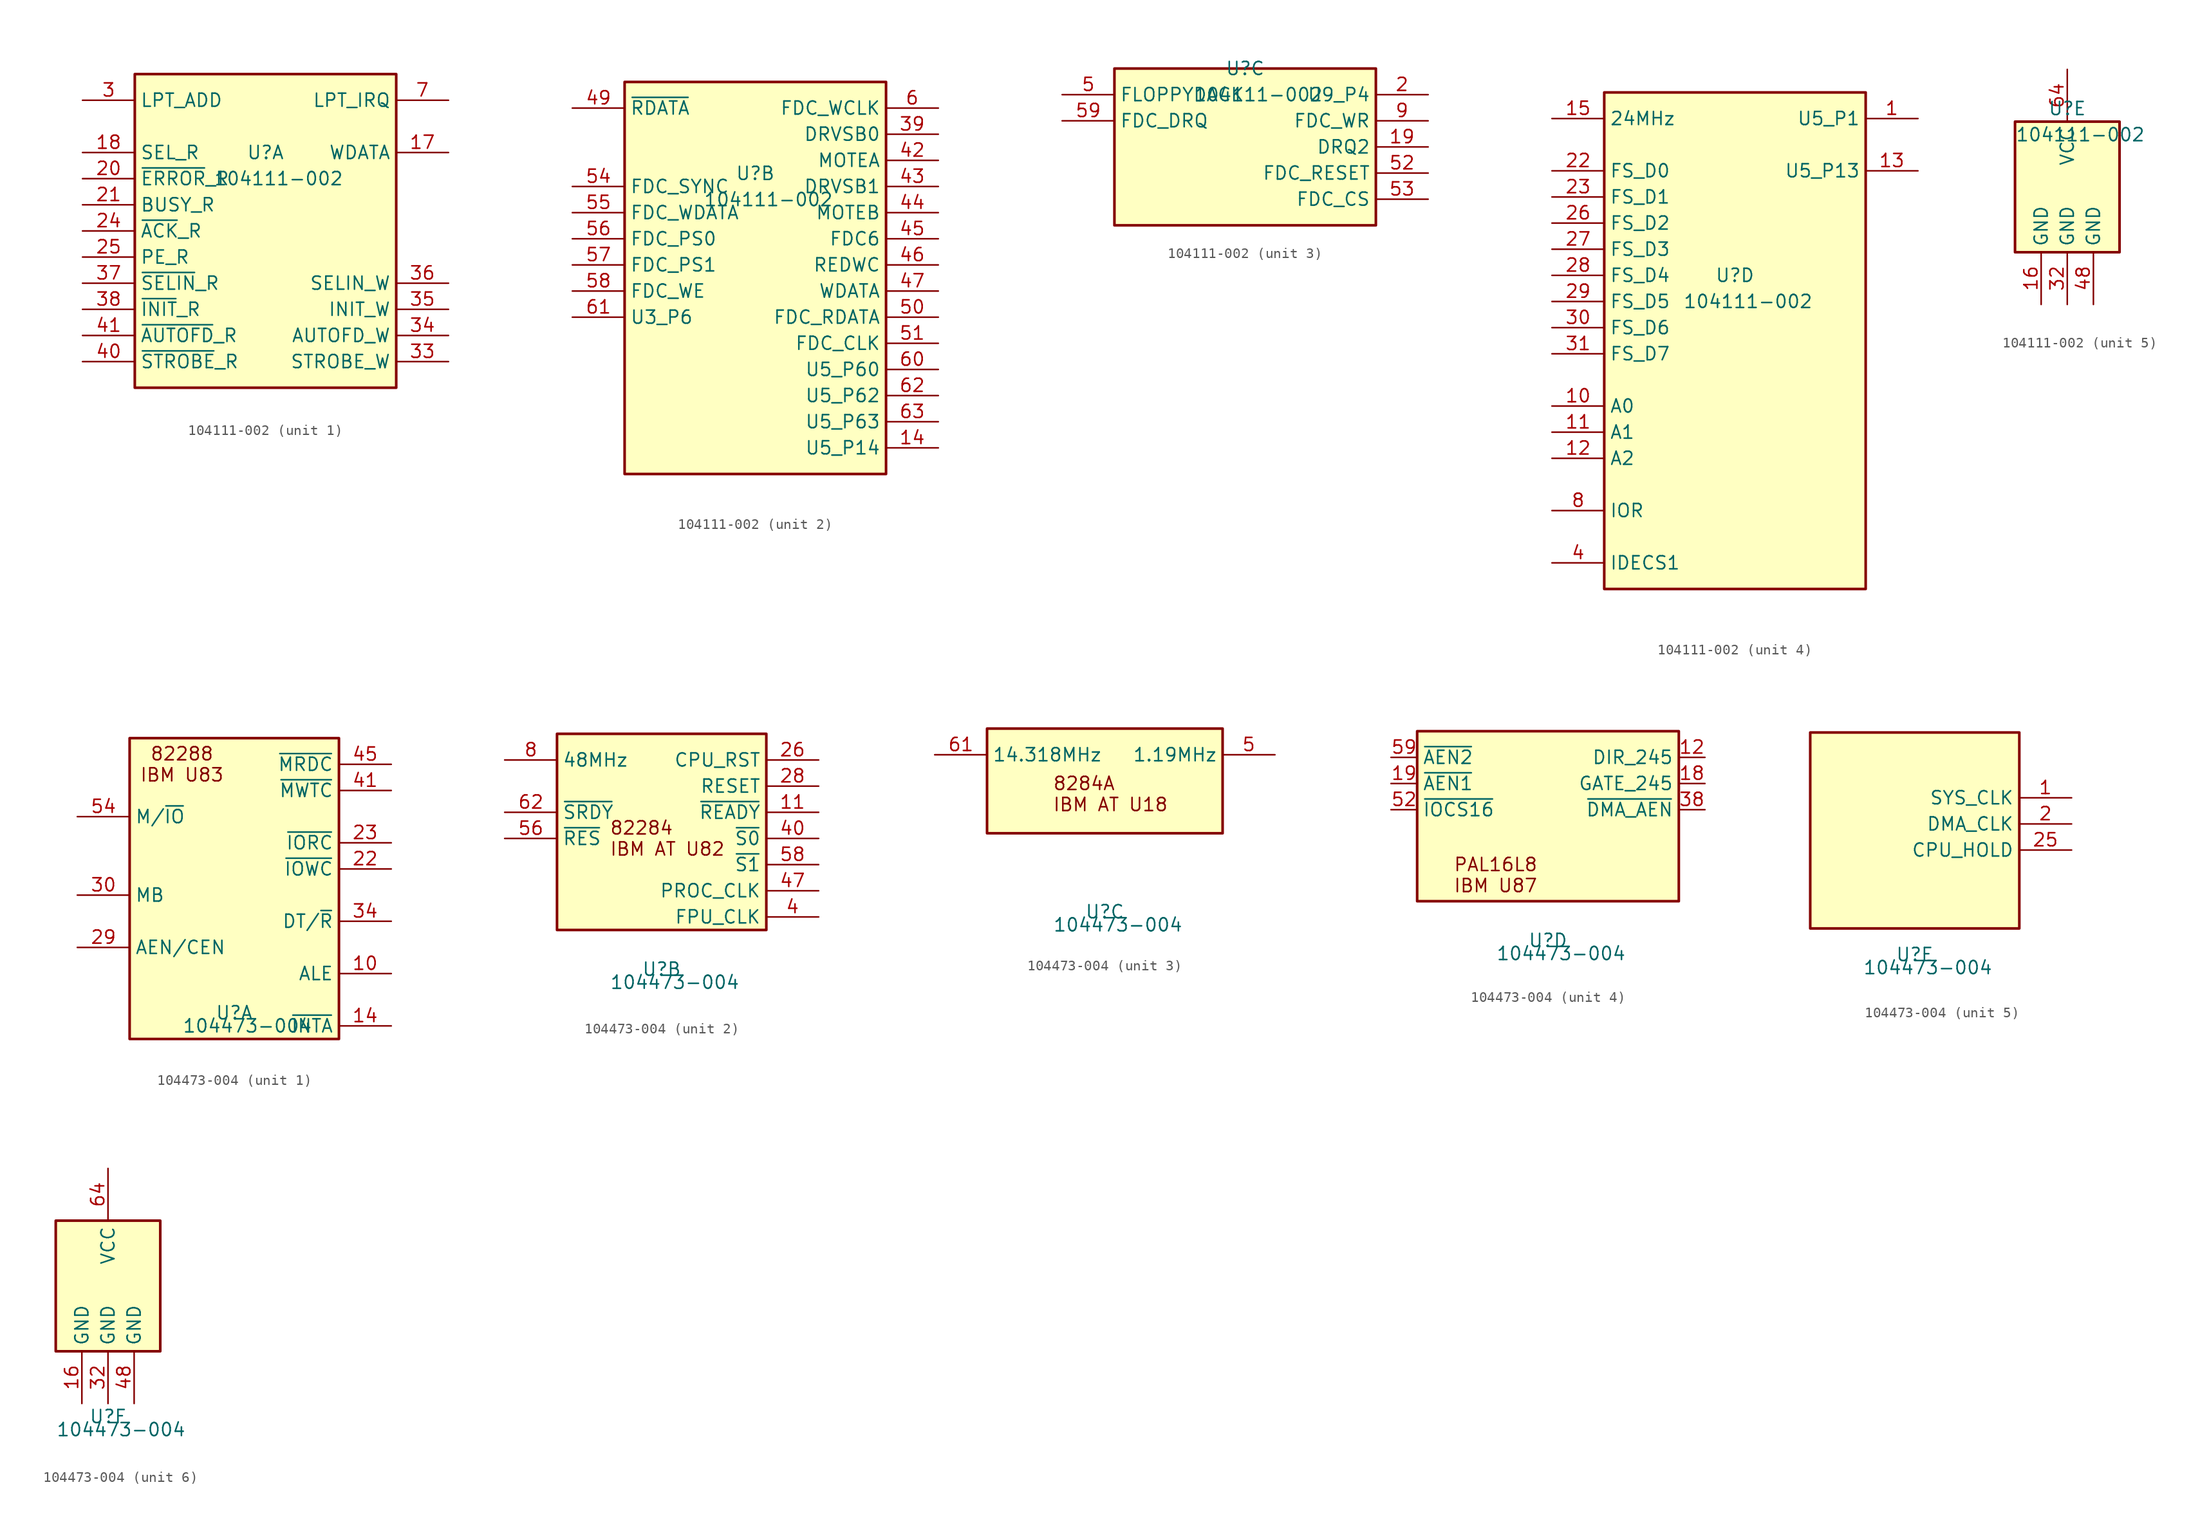
<source format=kicad_sym>
(kicad_symbol_lib
  (version 20231120)
  (generator "kicad_symbol_editor")
  (generator_version "8.0")
  (symbol "104111-002"
    (property "Reference" "U"
      (at 0 7.62 0)
      (effects (font (size 1.27 1.27))))
    (property "Value" "104111-002"
      (at 1.27 5.08 0)
      (effects (font (size 1.27 1.27))))
    (property "ki_locked" ""
      (at 0 0 0)
      (effects (font (size 1.27 1.27))))
    (symbol "104111-002_1_0"
      (pin output line (at 17.78 7.62 180) (length 5.08) (name "WDATA" (effects (font (size 1.27 1.27)))) (number "17" (effects (font (size 1.27 1.27)))))
      (pin input line (at -17.78 7.62 0) (length 5.08) (name "SEL_R" (effects (font (size 1.27 1.27)))) (number "18" (effects (font (size 1.27 1.27)))))
      (pin input line (at -17.78 5.08 0) (length 5.08) (name "~{ERROR}_R" (effects (font (size 1.27 1.27)))) (number "20" (effects (font (size 1.27 1.27)))))
      (pin input line (at -17.78 2.54 0) (length 5.08) (name "BUSY_R" (effects (font (size 1.27 1.27)))) (number "21" (effects (font (size 1.27 1.27)))))
      (pin input line (at -17.78 0 0) (length 5.08) (name "~{ACK}_R" (effects (font (size 1.27 1.27)))) (number "24" (effects (font (size 1.27 1.27)))))
      (pin input line (at -17.78 -2.54 0) (length 5.08) (name "PE_R" (effects (font (size 1.27 1.27)))) (number "25" (effects (font (size 1.27 1.27)))))
      (pin input line (at -17.78 12.7 0) (length 5.08) (name "LPT_ADD" (effects (font (size 1.27 1.27)))) (number "3" (effects (font (size 1.27 1.27)))))
      (pin output line (at 17.78 -12.7 180) (length 5.08) (name "STROBE_W" (effects (font (size 1.27 1.27)))) (number "33" (effects (font (size 1.27 1.27)))))
      (pin output line (at 17.78 -10.16 180) (length 5.08) (name "AUTOFD_W" (effects (font (size 1.27 1.27)))) (number "34" (effects (font (size 1.27 1.27)))))
      (pin output line (at 17.78 -7.62 180) (length 5.08) (name "INIT_W" (effects (font (size 1.27 1.27)))) (number "35" (effects (font (size 1.27 1.27)))))
      (pin output line (at 17.78 -5.08 180) (length 5.08) (name "SELIN_W" (effects (font (size 1.27 1.27)))) (number "36" (effects (font (size 1.27 1.27)))))
      (pin input line (at -17.78 -5.08 0) (length 5.08) (name "~{SELIN}_R" (effects (font (size 1.27 1.27)))) (number "37" (effects (font (size 1.27 1.27)))))
      (pin input line (at -17.78 -7.62 0) (length 5.08) (name "~{INIT}_R" (effects (font (size 1.27 1.27)))) (number "38" (effects (font (size 1.27 1.27)))))
      (pin input line (at -17.78 -12.7 0) (length 5.08) (name "~{STROBE}_R" (effects (font (size 1.27 1.27)))) (number "40" (effects (font (size 1.27 1.27)))))
      (pin input line (at -17.78 -10.16 0) (length 5.08) (name "~{AUTOFD}_R" (effects (font (size 1.27 1.27)))) (number "41" (effects (font (size 1.27 1.27)))))
      (pin output line (at 17.78 12.7 180) (length 5.08) (name "LPT_IRQ" (effects (font (size 1.27 1.27)))) (number "7" (effects (font (size 1.27 1.27))))))
    (symbol "104111-002_1_1"
      (rectangle (start -12.7 15.24) (end 12.7 -15.24) (stroke (width 0.254) (type default)) (fill (type background))))
    (symbol "104111-002_2_0"
      (pin output line (at 17.78 -19.05 180) (length 5.08) (name "U5_P14" (effects (font (size 1.27 1.27)))) (number "14" (effects (font (size 1.27 1.27)))))
      (pin output line (at 17.78 11.43 180) (length 5.08) (name "DRVSB0" (effects (font (size 1.27 1.27)))) (number "39" (effects (font (size 1.27 1.27)))))
      (pin output line (at 17.78 8.89 180) (length 5.08) (name "MOTEA" (effects (font (size 1.27 1.27)))) (number "42" (effects (font (size 1.27 1.27)))))
      (pin output line (at 17.78 6.35 180) (length 5.08) (name "DRVSB1" (effects (font (size 1.27 1.27)))) (number "43" (effects (font (size 1.27 1.27)))))
      (pin output line (at 17.78 3.81 180) (length 5.08) (name "MOTEB" (effects (font (size 1.27 1.27)))) (number "44" (effects (font (size 1.27 1.27)))))
      (pin output line (at 17.78 1.27 180) (length 5.08) (name "FDC6" (effects (font (size 1.27 1.27)))) (number "45" (effects (font (size 1.27 1.27)))))
      (pin output line (at 17.78 -1.27 180) (length 5.08) (name "REDWC" (effects (font (size 1.27 1.27)))) (number "46" (effects (font (size 1.27 1.27)))))
      (pin output line (at 17.78 -3.81 180) (length 5.08) (name "WDATA" (effects (font (size 1.27 1.27)))) (number "47" (effects (font (size 1.27 1.27)))))
      (pin input line (at -17.78 13.97 0) (length 5.08) (name "~{RDATA}" (effects (font (size 1.27 1.27)))) (number "49" (effects (font (size 1.27 1.27)))))
      (pin output line (at 17.78 -6.35 180) (length 5.08) (name "FDC_RDATA" (effects (font (size 1.27 1.27)))) (number "50" (effects (font (size 1.27 1.27)))))
      (pin output line (at 17.78 -8.89 180) (length 5.08) (name "FDC_CLK" (effects (font (size 1.27 1.27)))) (number "51" (effects (font (size 1.27 1.27)))))
      (pin input line (at -17.78 6.35 0) (length 5.08) (name "FDC_SYNC" (effects (font (size 1.27 1.27)))) (number "54" (effects (font (size 1.27 1.27)))))
      (pin input line (at -17.78 3.81 0) (length 5.08) (name "FDC_WDATA" (effects (font (size 1.27 1.27)))) (number "55" (effects (font (size 1.27 1.27)))))
      (pin input line (at -17.78 1.27 0) (length 5.08) (name "FDC_PS0" (effects (font (size 1.27 1.27)))) (number "56" (effects (font (size 1.27 1.27)))))
      (pin input line (at -17.78 -1.27 0) (length 5.08) (name "FDC_PS1" (effects (font (size 1.27 1.27)))) (number "57" (effects (font (size 1.27 1.27)))))
      (pin input line (at -17.78 -3.81 0) (length 5.08) (name "FDC_WE" (effects (font (size 1.27 1.27)))) (number "58" (effects (font (size 1.27 1.27)))))
      (pin output line (at 17.78 13.97 180) (length 5.08) (name "FDC_WCLK" (effects (font (size 1.27 1.27)))) (number "6" (effects (font (size 1.27 1.27)))))
      (pin output line (at 17.78 -11.43 180) (length 5.08) (name "U5_P60" (effects (font (size 1.27 1.27)))) (number "60" (effects (font (size 1.27 1.27)))))
      (pin input line (at -17.78 -6.35 0) (length 5.08) (name "U3_P6" (effects (font (size 1.27 1.27)))) (number "61" (effects (font (size 1.27 1.27)))))
      (pin output line (at 17.78 -13.97 180) (length 5.08) (name "U5_P62" (effects (font (size 1.27 1.27)))) (number "62" (effects (font (size 1.27 1.27)))))
      (pin output line (at 17.78 -16.51 180) (length 5.08) (name "U5_P63" (effects (font (size 1.27 1.27)))) (number "63" (effects (font (size 1.27 1.27))))))
    (symbol "104111-002_2_1"
      (rectangle (start -12.7 16.51) (end 12.7 -21.59) (stroke (width 0.254) (type default)) (fill (type background))))
    (symbol "104111-002_3_0"
      (pin output line (at 17.78 0 180) (length 5.08) (name "DRQ2" (effects (font (size 1.27 1.27)))) (number "19" (effects (font (size 1.27 1.27)))))
      (pin output line (at 17.78 5.08 180) (length 5.08) (name "U9_P4" (effects (font (size 1.27 1.27)))) (number "2" (effects (font (size 1.27 1.27)))))
      (pin input line (at -17.78 5.08 0) (length 5.08) (name "FLOPPYDACK" (effects (font (size 1.27 1.27)))) (number "5" (effects (font (size 1.27 1.27)))))
      (pin output line (at 17.78 -2.54 180) (length 5.08) (name "FDC_RESET" (effects (font (size 1.27 1.27)))) (number "52" (effects (font (size 1.27 1.27)))))
      (pin output line (at 17.78 -5.08 180) (length 5.08) (name "FDC_CS" (effects (font (size 1.27 1.27)))) (number "53" (effects (font (size 1.27 1.27)))))
      (pin input line (at -17.78 2.54 0) (length 5.08) (name "FDC_DRQ" (effects (font (size 1.27 1.27)))) (number "59" (effects (font (size 1.27 1.27)))))
      (pin output line (at 17.78 2.54 180) (length 5.08) (name "FDC_WR" (effects (font (size 1.27 1.27)))) (number "9" (effects (font (size 1.27 1.27))))))
    (symbol "104111-002_3_1"
      (rectangle (start -12.7 7.62) (end 12.7 -7.62) (stroke (width 0.254) (type default)) (fill (type background))))
    (symbol "104111-002_4_0"
      (pin output line (at 17.78 22.86 180) (length 5.08) (name "U5_P1" (effects (font (size 1.27 1.27)))) (number "1" (effects (font (size 1.27 1.27)))))
      (pin input line (at -17.78 -5.08 0) (length 5.08) (name "A0" (effects (font (size 1.27 1.27)))) (number "10" (effects (font (size 1.27 1.27)))))
      (pin input line (at -17.78 -7.62 0) (length 5.08) (name "A1" (effects (font (size 1.27 1.27)))) (number "11" (effects (font (size 1.27 1.27)))))
      (pin input line (at -17.78 -10.16 0) (length 5.08) (name "A2" (effects (font (size 1.27 1.27)))) (number "12" (effects (font (size 1.27 1.27)))))
      (pin output line (at 17.78 17.78 180) (length 5.08) (name "U5_P13" (effects (font (size 1.27 1.27)))) (number "13" (effects (font (size 1.27 1.27)))))
      (pin input line (at -17.78 22.86 0) (length 5.08) (name "24MHz" (effects (font (size 1.27 1.27)))) (number "15" (effects (font (size 1.27 1.27)))))
      (pin input line (at -17.78 17.78 0) (length 5.08) (name "FS_D0" (effects (font (size 1.27 1.27)))) (number "22" (effects (font (size 1.27 1.27)))))
      (pin input line (at -17.78 15.24 0) (length 5.08) (name "FS_D1" (effects (font (size 1.27 1.27)))) (number "23" (effects (font (size 1.27 1.27)))))
      (pin input line (at -17.78 12.7 0) (length 5.08) (name "FS_D2" (effects (font (size 1.27 1.27)))) (number "26" (effects (font (size 1.27 1.27)))))
      (pin input line (at -17.78 10.16 0) (length 5.08) (name "FS_D3" (effects (font (size 1.27 1.27)))) (number "27" (effects (font (size 1.27 1.27)))))
      (pin input line (at -17.78 7.62 0) (length 5.08) (name "FS_D4" (effects (font (size 1.27 1.27)))) (number "28" (effects (font (size 1.27 1.27)))))
      (pin input line (at -17.78 5.08 0) (length 5.08) (name "FS_D5" (effects (font (size 1.27 1.27)))) (number "29" (effects (font (size 1.27 1.27)))))
      (pin input line (at -17.78 2.54 0) (length 5.08) (name "FS_D6" (effects (font (size 1.27 1.27)))) (number "30" (effects (font (size 1.27 1.27)))))
      (pin input line (at -17.78 0 0) (length 5.08) (name "FS_D7" (effects (font (size 1.27 1.27)))) (number "31" (effects (font (size 1.27 1.27)))))
      (pin input line (at -17.78 -20.32 0) (length 5.08) (name "IDECS1" (effects (font (size 1.27 1.27)))) (number "4" (effects (font (size 1.27 1.27)))))
      (pin input line (at -17.78 -15.24 0) (length 5.08) (name "IOR" (effects (font (size 1.27 1.27)))) (number "8" (effects (font (size 1.27 1.27))))))
    (symbol "104111-002_4_1"
      (rectangle (start -12.7 25.4) (end 12.7 -22.86) (stroke (width 0.254) (type default)) (fill (type background))))
    (symbol "104111-002_5_0"
      (pin power_in line (at -2.54 -11.43 90) (length 5.08) (name "GND" (effects (font (size 1.27 1.27)))) (number "16" (effects (font (size 1.27 1.27)))))
      (pin power_in line (at 0 -11.43 90) (length 5.08) (name "GND" (effects (font (size 1.27 1.27)))) (number "32" (effects (font (size 1.27 1.27)))))
      (pin power_in line (at 2.54 -11.43 90) (length 5.08) (name "GND" (effects (font (size 1.27 1.27)))) (number "48" (effects (font (size 1.27 1.27)))))
      (pin power_in line (at 0 11.43 270) (length 5.08) (name "VCC" (effects (font (size 1.27 1.27)))) (number "64" (effects (font (size 1.27 1.27))))))
    (symbol "104111-002_5_1"
      (rectangle (start -5.08 6.35) (end 5.08 -6.35) (stroke (width 0.254) (type default)) (fill (type background)))))
  (symbol "104473-004"
    (property "Reference" "U"
      (at 0 -12.7 0)
      (effects (font (size 1.27 1.27))))
    (property "Value" "104473-004"
      (at 1.27 -13.97 0)
      (effects (font (size 1.27 1.27))))
    (property "ki_locked" ""
      (at 0 0 0)
      (effects (font (size 1.27 1.27))))
    (symbol "104473-004_1_0"
      (pin output line (at 15.24 -8.89 180) (length 5.08) (name "ALE" (effects (font (size 1.27 1.27)))) (number "10" (effects (font (size 1.27 1.27)))))
      (pin output line (at 15.24 -13.97 180) (length 5.08) (name "~{INTA}" (effects (font (size 1.27 1.27)))) (number "14" (effects (font (size 1.27 1.27)))))
      (pin output line (at 15.24 1.27 180) (length 5.08) (name "~{IOWC}" (effects (font (size 1.27 1.27)))) (number "22" (effects (font (size 1.27 1.27)))))
      (pin output line (at 15.24 3.81 180) (length 5.08) (name "~{IORC}" (effects (font (size 1.27 1.27)))) (number "23" (effects (font (size 1.27 1.27)))))
      (pin input line (at -15.24 -6.35 0) (length 5.08) (name "AEN/CEN" (effects (font (size 1.27 1.27)))) (number "29" (effects (font (size 1.27 1.27)))))
      (pin input line (at -15.24 -1.27 0) (length 5.08) (name "MB" (effects (font (size 1.27 1.27)))) (number "30" (effects (font (size 1.27 1.27)))))
      (pin output line (at 15.24 -3.81 180) (length 5.08) (name "DT/~{R}" (effects (font (size 1.27 1.27)))) (number "34" (effects (font (size 1.27 1.27)))))
      (pin output line (at 15.24 8.89 180) (length 5.08) (name "~{MWTC}" (effects (font (size 1.27 1.27)))) (number "41" (effects (font (size 1.27 1.27)))))
      (pin output line (at 15.24 11.43 180) (length 5.08) (name "~{MRDC}" (effects (font (size 1.27 1.27)))) (number "45" (effects (font (size 1.27 1.27)))))
      (pin input line (at -15.24 6.35 0) (length 5.08) (name "M/~{IO}" (effects (font (size 1.27 1.27)))) (number "54" (effects (font (size 1.27 1.27))))))
    (symbol "104473-004_1_1"
      (rectangle (start -10.16 13.97) (end 10.16 -15.24) (stroke (width 0.254) (type default)) (fill (type background)))
      (text "82288\nIBM U83" (at -5.08 11.43 0) (effects (font (size 1.27 1.27)))))
    (symbol "104473-004_2_0"
      (pin output line (at 15.24 2.54 180) (length 5.08) (name "~{READY}" (effects (font (size 1.27 1.27)))) (number "11" (effects (font (size 1.27 1.27)))))
      (pin output line (at 15.24 -7.62 180) (length 5.08) (name "FPU_CLK" (effects (font (size 1.27 1.27)))) (number "4" (effects (font (size 1.27 1.27)))))
      (pin output line (at 15.24 0 180) (length 5.08) (name "~{S0}" (effects (font (size 1.27 1.27)))) (number "40" (effects (font (size 1.27 1.27)))))
      (pin output line (at 15.24 -5.08 180) (length 5.08) (name "PROC_CLK" (effects (font (size 1.27 1.27)))) (number "47" (effects (font (size 1.27 1.27)))))
      (pin output line (at 15.24 -2.54 180) (length 5.08) (name "~{S1}" (effects (font (size 1.27 1.27)))) (number "58" (effects (font (size 1.27 1.27)))))
      (pin input line (at -15.24 7.62 0) (length 5.08) (name "48MHz" (effects (font (size 1.27 1.27)))) (number "8" (effects (font (size 1.27 1.27))))))
    (symbol "104473-004_2_1"
      (rectangle (start -10.16 10.16) (end 10.16 -8.89) (stroke (width 0.254) (type default)) (fill (type background)))
      (text "82284\nIBM AT U82" (at -5.08 0 0) (effects (font (size 1.27 1.27)) (justify left)))
      (pin output line (at 15.24 7.62 180) (length 5.08) (name "CPU_RST" (effects (font (size 1.27 1.27)))) (number "26" (effects (font (size 1.27 1.27)))))
      (pin output line (at 15.24 5.08 180) (length 5.08) (name "RESET" (effects (font (size 1.27 1.27)))) (number "28" (effects (font (size 1.27 1.27)))))
      (pin input line (at -15.24 0 0) (length 5.08) (name "~{RES}" (effects (font (size 1.27 1.27)))) (number "56" (effects (font (size 1.27 1.27)))))
      (pin input line (at -15.24 2.54 0) (length 5.08) (name "~{SRDY}" (effects (font (size 1.27 1.27)))) (number "62" (effects (font (size 1.27 1.27))))))
    (symbol "104473-004_3_0"
      (pin output line (at 16.51 2.54 180) (length 5.08) (name "1.19MHz" (effects (font (size 1.27 1.27)))) (number "5" (effects (font (size 1.27 1.27)))))
      (pin input line (at -16.51 2.54 0) (length 5.08) (name "14.318MHz" (effects (font (size 1.27 1.27)))) (number "61" (effects (font (size 1.27 1.27))))))
    (symbol "104473-004_3_1"
      (rectangle (start -11.43 5.08) (end 11.43 -5.08) (stroke (width 0.254) (type default)) (fill (type background)))
      (text "8284A\nIBM AT U18" (at -5.08 -1.27 0) (effects (font (size 1.27 1.27)) (justify left))))
    (symbol "104473-004_4_0"
      (pin output line (at 15.24 5.08 180) (length 2.54) (name "DIR_245" (effects (font (size 1.27 1.27)))) (number "12" (effects (font (size 1.27 1.27)))))
      (pin output line (at 15.24 2.54 180) (length 2.54) (name "GATE_245" (effects (font (size 1.27 1.27)))) (number "18" (effects (font (size 1.27 1.27)))))
      (pin input line (at -15.24 2.54 0) (length 2.54) (name "~{AEN1}" (effects (font (size 1.27 1.27)))) (number "19" (effects (font (size 1.27 1.27)))))
      (pin input line (at -15.24 0 0) (length 2.54) (name "~{IOCS16}" (effects (font (size 1.27 1.27)))) (number "52" (effects (font (size 1.27 1.27)))))
      (pin input line (at -15.24 5.08 0) (length 2.54) (name "~{AEN2}" (effects (font (size 1.27 1.27)))) (number "59" (effects (font (size 1.27 1.27))))))
    (symbol "104473-004_4_1"
      (rectangle (start -12.7 7.62) (end 12.7 -8.89) (stroke (width 0.254) (type default)) (fill (type background)))
      (text "PAL16L8\nIBM U87" (at -5.08 -6.35 0) (effects (font (size 1.27 1.27))))
      (pin output line (at 15.24 0 180) (length 2.54) (name "~{DMA_AEN}" (effects (font (size 1.27 1.27)))) (number "38" (effects (font (size 1.27 1.27))))))
    (symbol "104473-004_5_0"
      (pin output line (at 15.24 2.54 180) (length 5.08) (name "SYS_CLK" (effects (font (size 1.27 1.27)))) (number "1" (effects (font (size 1.27 1.27)))))
      (pin output line (at 15.24 0 180) (length 5.08) (name "DMA_CLK" (effects (font (size 1.27 1.27)))) (number "2" (effects (font (size 1.27 1.27)))))
      (pin output line (at 15.24 -2.54 180) (length 5.08) (name "CPU_HOLD" (effects (font (size 1.27 1.27)))) (number "25" (effects (font (size 1.27 1.27))))))
    (symbol "104473-004_5_1"
      (rectangle (start -10.16 8.89) (end 10.16 -10.16) (stroke (width 0.254) (type default)) (fill (type background))))
    (symbol "104473-004_6_0"
      (pin power_in line (at -2.54 -11.43 90) (length 5.08) (name "GND" (effects (font (size 1.27 1.27)))) (number "16" (effects (font (size 1.27 1.27)))))
      (pin power_in line (at 0 -11.43 90) (length 5.08) (name "GND" (effects (font (size 1.27 1.27)))) (number "32" (effects (font (size 1.27 1.27)))))
      (pin power_in line (at 2.54 -11.43 90) (length 5.08) (name "GND" (effects (font (size 1.27 1.27)))) (number "48" (effects (font (size 1.27 1.27)))))
      (pin power_in line (at 0 11.43 270) (length 5.08) (name "VCC" (effects (font (size 1.27 1.27)))) (number "64" (effects (font (size 1.27 1.27))))))
    (symbol "104473-004_6_1"
      (rectangle (start -5.08 6.35) (end 5.08 -6.35) (stroke (width 0.254) (type default)) (fill (type background))))))
</source>
